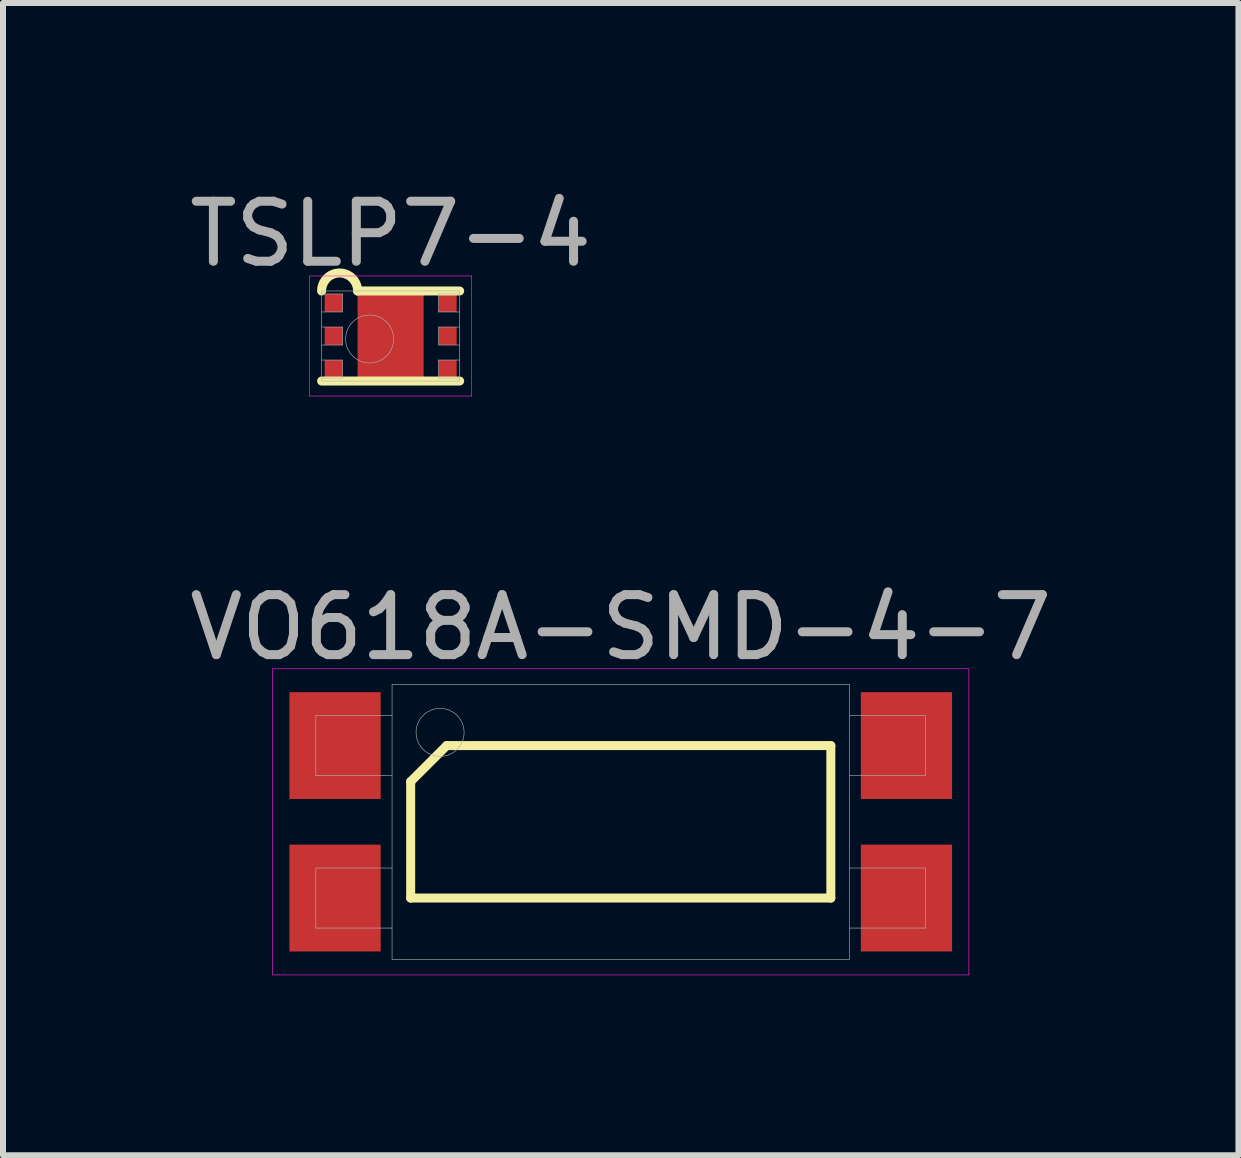
<source format=kicad_pcb>
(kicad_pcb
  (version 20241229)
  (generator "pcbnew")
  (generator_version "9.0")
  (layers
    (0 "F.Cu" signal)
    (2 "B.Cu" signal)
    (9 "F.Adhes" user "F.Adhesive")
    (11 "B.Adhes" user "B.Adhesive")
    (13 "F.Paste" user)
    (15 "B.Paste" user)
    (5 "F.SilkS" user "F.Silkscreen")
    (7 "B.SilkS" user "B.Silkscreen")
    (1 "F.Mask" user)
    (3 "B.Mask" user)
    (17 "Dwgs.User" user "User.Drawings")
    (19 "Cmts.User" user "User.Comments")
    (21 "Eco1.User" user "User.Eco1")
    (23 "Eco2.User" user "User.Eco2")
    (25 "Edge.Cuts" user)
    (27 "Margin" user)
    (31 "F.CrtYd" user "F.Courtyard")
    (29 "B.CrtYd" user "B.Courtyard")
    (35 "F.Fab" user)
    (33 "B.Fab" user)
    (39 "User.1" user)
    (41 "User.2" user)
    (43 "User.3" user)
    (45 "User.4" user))
  (footprint "TSLP7-4"
    (layer "F.Cu")
    (at 3.458 2.548)
    (property "Reference" "TSLP7-4" (at 0 -1.7 0) (layer "F.Fab") (effects (font (size 1 1) (thickness 0.15))))
    (attr through_hole)
    (fp_line (start -1.15 0.75) (end 1.15 0.75) (stroke (width 0.15) (type solid)) (layer "F.SilkS"))
    (fp_line (start -0.55 -0.75) (end 1.15 -0.75) (stroke (width 0.15) (type solid)) (layer "F.SilkS"))
    (fp_arc (start -1.15 -0.75) (mid -0.85 -1.05) (end -0.55 -0.75) (stroke (width 0.15) (type solid)) (layer "F.SilkS"))
    (fp_line (start -1.35 -1) (end 1.35 -1) (stroke (width 0.01) (type solid)) (layer "F.CrtYd"))
    (fp_line (start -1.35 1) (end -1.35 -1) (stroke (width 0.01) (type solid)) (layer "F.CrtYd"))
    (fp_line (start 1.35 -1) (end 1.35 1) (stroke (width 0.01) (type solid)) (layer "F.CrtYd"))
    (fp_line (start 1.35 1) (end -1.35 1) (stroke (width 0.01) (type solid)) (layer "F.CrtYd"))
    (fp_line (start -1.15 -0.75) (end 1.15 -0.75) (stroke (width 0.01) (type solid)) (layer "F.Fab"))
    (fp_line (start -1.15 -0.4) (end -0.8 -0.4) (stroke (width 0.01) (type solid)) (layer "F.Fab"))
    (fp_line (start -1.15 0.15) (end -0.8 0.15) (stroke (width 0.01) (type solid)) (layer "F.Fab"))
    (fp_line (start -1.15 0.7) (end -0.8 0.7) (stroke (width 0.01) (type solid)) (layer "F.Fab"))
    (fp_line (start -1.15 0.75) (end -1.15 -0.75) (stroke (width 0.01) (type solid)) (layer "F.Fab"))
    (fp_line (start -0.8 -0.7) (end -1.15 -0.7) (stroke (width 0.01) (type solid)) (layer "F.Fab"))
    (fp_line (start -0.8 -0.4) (end -0.8 -0.7) (stroke (width 0.01) (type solid)) (layer "F.Fab"))
    (fp_line (start -0.8 -0.15) (end -1.15 -0.15) (stroke (width 0.01) (type solid)) (layer "F.Fab"))
    (fp_line (start -0.8 0.15) (end -0.8 -0.15) (stroke (width 0.01) (type solid)) (layer "F.Fab"))
    (fp_line (start -0.8 0.4) (end -1.15 0.4) (stroke (width 0.01) (type solid)) (layer "F.Fab"))
    (fp_line (start -0.8 0.7) (end -0.8 0.4) (stroke (width 0.01) (type solid)) (layer "F.Fab"))
    (fp_line (start 0.8 -0.7) (end 0.8 -0.4) (stroke (width 0.01) (type solid)) (layer "F.Fab"))
    (fp_line (start 0.8 -0.4) (end 1.15 -0.4) (stroke (width 0.01) (type solid)) (layer "F.Fab"))
    (fp_line (start 0.8 -0.15) (end 0.8 0.15) (stroke (width 0.01) (type solid)) (layer "F.Fab"))
    (fp_line (start 0.8 0.15) (end 1.15 0.15) (stroke (width 0.01) (type solid)) (layer "F.Fab"))
    (fp_line (start 0.8 0.4) (end 0.8 0.7) (stroke (width 0.01) (type solid)) (layer "F.Fab"))
    (fp_line (start 0.8 0.7) (end 1.15 0.7) (stroke (width 0.01) (type solid)) (layer "F.Fab"))
    (fp_line (start 1.15 -0.75) (end 1.15 0.75) (stroke (width 0.01) (type solid)) (layer "F.Fab"))
    (fp_line (start 1.15 -0.7) (end 0.8 -0.7) (stroke (width 0.01) (type solid)) (layer "F.Fab"))
    (fp_line (start 1.15 -0.15) (end 0.8 -0.15) (stroke (width 0.01) (type solid)) (layer "F.Fab"))
    (fp_line (start 1.15 0.4) (end 0.8 0.4) (stroke (width 0.01) (type solid)) (layer "F.Fab"))
    (fp_line (start 1.15 0.75) (end -1.15 0.75) (stroke (width 0.01) (type solid)) (layer "F.Fab"))
    (fp_circle (center -0.35 0.05) (end -0.35 0.45) (stroke (width 0.01) (type solid)) (fill no) (layer "F.Fab"))
    (pad "" smd rect (at -0.425 -0.549) (size 0.25 0.299) (layers "F.Mask"))
    (pad "" smd rect (at -0.425 -0.549) (size 0.25 0.299) (layers "F.Paste"))
    (pad "" smd rect (at -0.425 0) (size 0.25 0.299) (layers "F.Mask"))
    (pad "" smd rect (at -0.425 0) (size 0.25 0.299) (layers "F.Paste"))
    (pad "" smd rect (at -0.425 0.549) (size 0.25 0.299) (layers "F.Mask"))
    (pad "" smd rect (at -0.425 0.549) (size 0.25 0.299) (layers "F.Paste"))
    (pad "" smd rect (at 0 -0.549) (size 0.25 0.299) (layers "F.Mask"))
    (pad "" smd rect (at 0 -0.549) (size 0.25 0.299) (layers "F.Paste"))
    (pad "" smd rect (at 0 0) (size 0.25 0.299) (layers "F.Mask"))
    (pad "" smd rect (at 0 0) (size 0.25 0.299) (layers "F.Paste"))
    (pad "" smd rect (at 0 0.549) (size 0.25 0.299) (layers "F.Mask"))
    (pad "" smd rect (at 0 0.549) (size 0.25 0.299) (layers "F.Paste"))
    (pad "" smd rect (at 0.425 -0.549) (size 0.25 0.299) (layers "F.Mask"))
    (pad "" smd rect (at 0.425 -0.549) (size 0.25 0.299) (layers "F.Paste"))
    (pad "" smd rect (at 0.425 0) (size 0.25 0.299) (layers "F.Mask"))
    (pad "" smd rect (at 0.425 0) (size 0.25 0.299) (layers "F.Paste"))
    (pad "" smd rect (at 0.425 0.549) (size 0.25 0.299) (layers "F.Mask"))
    (pad "" smd rect (at 0.425 0.549) (size 0.25 0.299) (layers "F.Paste"))
    (pad "1" smd rect (at -0.95 -0.55) (size 0.3 0.3) (layers "F.Cu" "F.Mask" "F.Paste"))
    (pad "2" smd rect (at -0.95 0) (size 0.3 0.3) (layers "F.Cu" "F.Mask" "F.Paste"))
    (pad "3" smd rect (at -0.95 0.55) (size 0.3 0.3) (layers "F.Cu" "F.Mask" "F.Paste"))
    (pad "4" smd rect (at 0.95 0.55) (size 0.3 0.3) (layers "F.Cu" "F.Mask" "F.Paste"))
    (pad "5" smd rect (at 0.95 0) (size 0.3 0.3) (layers "F.Cu" "F.Mask" "F.Paste"))
    (pad "6" smd rect (at 0.95 -0.55) (size 0.3 0.3) (layers "F.Cu" "F.Mask" "F.Paste"))
    (pad "EP" smd rect (at 0 0) (size 1.1 1.4) (layers "F.Cu")))
  (footprint "VO618A-SMD-4-7"
    (layer "F.Cu")
    (at 7.292 10.642)
    (property "Reference" "VO618A-SMD-4-7" (at 0 -3.24 0) (layer "F.Fab") (effects (font (size 1 1) (thickness 0.15))))
    (attr through_hole)
    (fp_line (start -3.5 -0.67) (end -2.9 -1.27) (stroke (width 0.15) (type solid)) (layer "F.SilkS"))
    (fp_line (start -3.5 1.27) (end -3.5 -0.67) (stroke (width 0.15) (type solid)) (layer "F.SilkS"))
    (fp_line (start -2.9 -1.27) (end 3.5 -1.27) (stroke (width 0.15) (type solid)) (layer "F.SilkS"))
    (fp_line (start 3.5 -1.27) (end 3.5 1.27) (stroke (width 0.15) (type solid)) (layer "F.SilkS"))
    (fp_line (start 3.5 1.27) (end -3.5 1.27) (stroke (width 0.15) (type solid)) (layer "F.SilkS"))
    (fp_line (start -5.8 -2.55) (end 5.8 -2.55) (stroke (width 0.01) (type solid)) (layer "F.CrtYd"))
    (fp_line (start -5.8 2.55) (end -5.8 -2.55) (stroke (width 0.01) (type solid)) (layer "F.CrtYd"))
    (fp_line (start 5.8 -2.55) (end 5.8 2.55) (stroke (width 0.01) (type solid)) (layer "F.CrtYd"))
    (fp_line (start 5.8 2.55) (end -5.8 2.55) (stroke (width 0.01) (type solid)) (layer "F.CrtYd"))
    (fp_line (start -5.08 -1.77) (end -3.81 -1.77) (stroke (width 0.01) (type solid)) (layer "F.Fab"))
    (fp_line (start -5.08 -0.77) (end -5.08 -1.77) (stroke (width 0.01) (type solid)) (layer "F.Fab"))
    (fp_line (start -5.08 0.77) (end -3.81 0.77) (stroke (width 0.01) (type solid)) (layer "F.Fab"))
    (fp_line (start -5.08 1.77) (end -5.08 0.77) (stroke (width 0.01) (type solid)) (layer "F.Fab"))
    (fp_line (start -3.81 -2.29) (end 3.81 -2.29) (stroke (width 0.01) (type solid)) (layer "F.Fab"))
    (fp_line (start -3.81 -0.77) (end -5.08 -0.77) (stroke (width 0.01) (type solid)) (layer "F.Fab"))
    (fp_line (start -3.81 1.77) (end -5.08 1.77) (stroke (width 0.01) (type solid)) (layer "F.Fab"))
    (fp_line (start -3.81 2.29) (end -3.81 -2.29) (stroke (width 0.01) (type solid)) (layer "F.Fab"))
    (fp_line (start 3.81 -2.29) (end 3.81 2.29) (stroke (width 0.01) (type solid)) (layer "F.Fab"))
    (fp_line (start 3.81 -1.77) (end 5.08 -1.77) (stroke (width 0.01) (type solid)) (layer "F.Fab"))
    (fp_line (start 3.81 0.77) (end 5.08 0.77) (stroke (width 0.01) (type solid)) (layer "F.Fab"))
    (fp_line (start 3.81 2.29) (end -3.81 2.29) (stroke (width 0.01) (type solid)) (layer "F.Fab"))
    (fp_line (start 5.08 -1.77) (end 5.08 -0.77) (stroke (width 0.01) (type solid)) (layer "F.Fab"))
    (fp_line (start 5.08 -0.77) (end 3.81 -0.77) (stroke (width 0.01) (type solid)) (layer "F.Fab"))
    (fp_line (start 5.08 0.77) (end 5.08 1.77) (stroke (width 0.01) (type solid)) (layer "F.Fab"))
    (fp_line (start 5.08 1.77) (end 3.81 1.77) (stroke (width 0.01) (type solid)) (layer "F.Fab"))
    (fp_circle (center -3.01 -1.49) (end -3.01 -1.09) (stroke (width 0.01) (type solid)) (fill no) (layer "F.Fab"))
    (pad "1" smd rect (at -4.76 -1.27) (size 1.52 1.78) (layers "F.Cu" "F.Mask" "F.Paste"))
    (pad "2" smd rect (at -4.76 1.27) (size 1.52 1.78) (layers "F.Cu" "F.Mask" "F.Paste"))
    (pad "3" smd rect (at 4.76 1.27) (size 1.52 1.78) (layers "F.Cu" "F.Mask" "F.Paste"))
    (pad "4" smd rect (at 4.76 -1.27) (size 1.52 1.78) (layers "F.Cu" "F.Mask" "F.Paste")))
  (gr_rect
    (start -3 -3)
    (end 17.583 16.197)
    (stroke (width 0.1) (type default))
    (fill no)
    (layer "Edge.Cuts")))
</source>
